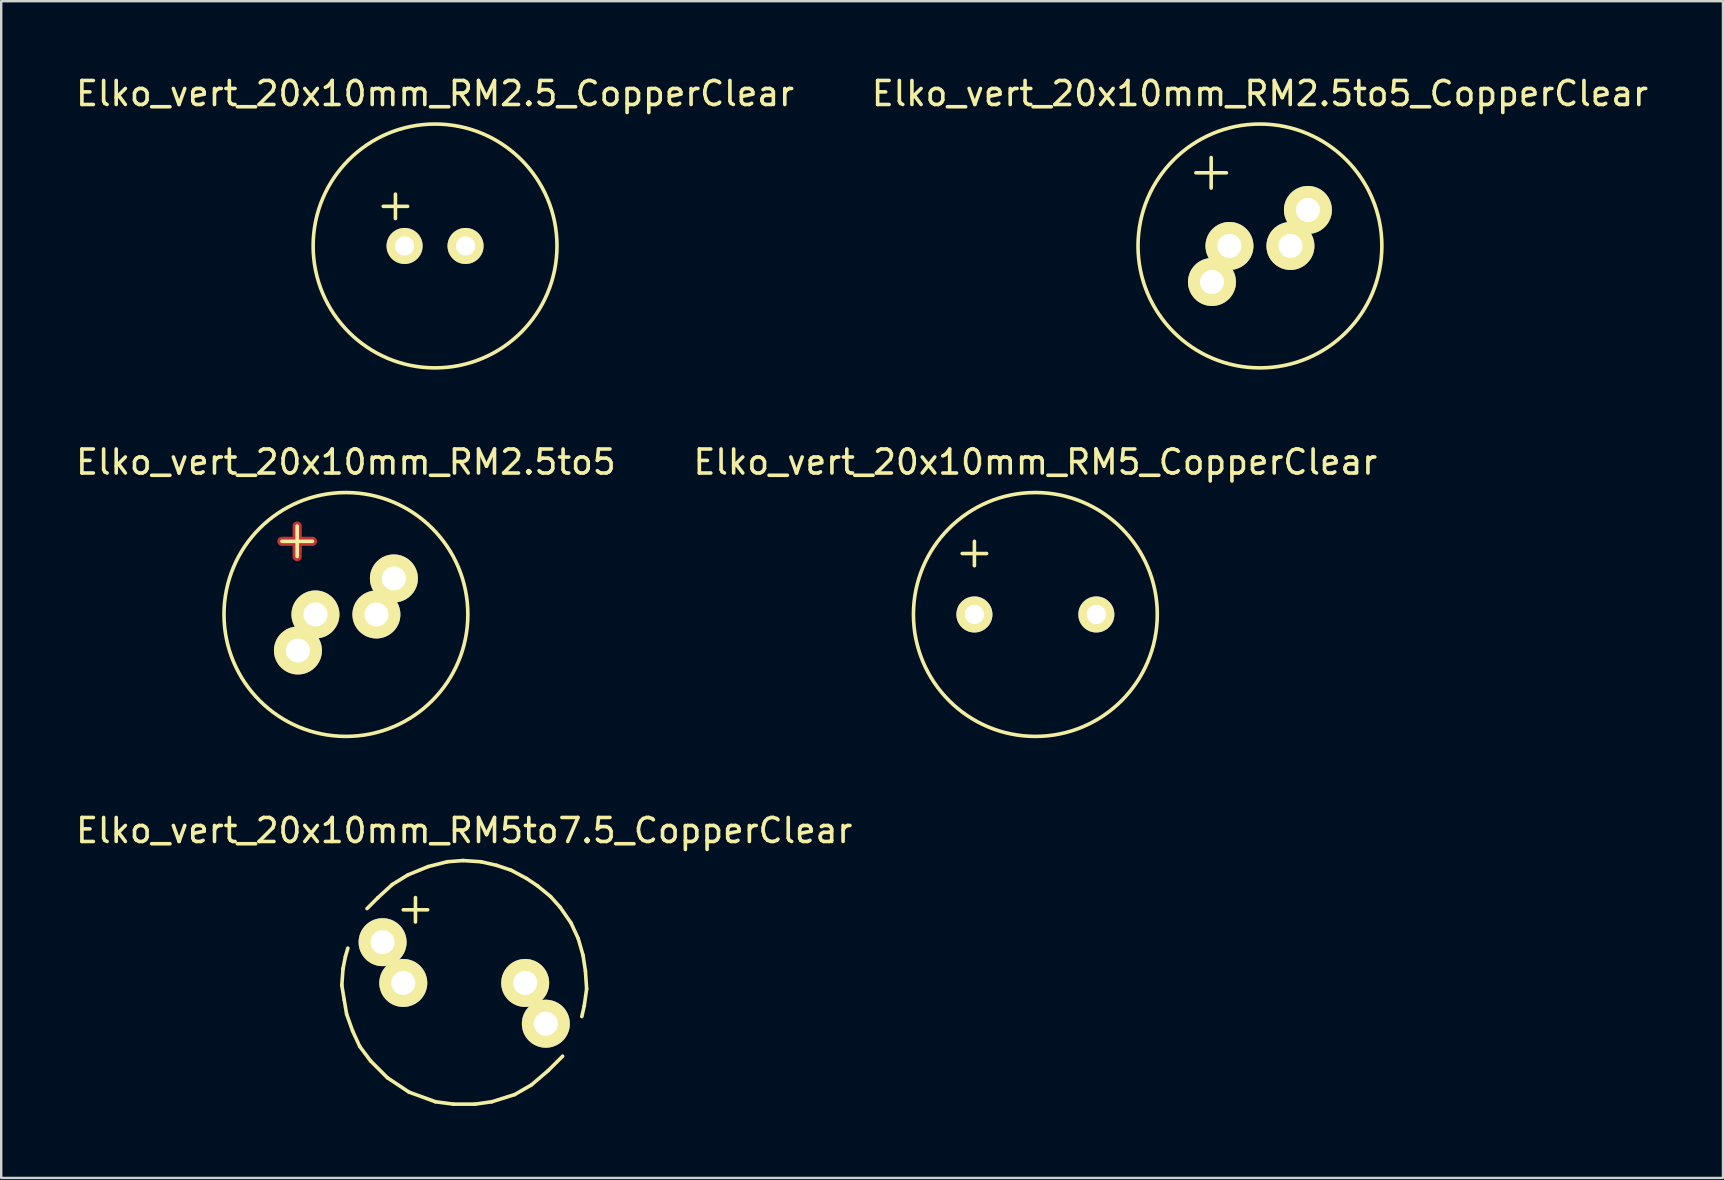
<source format=kicad_pcb>
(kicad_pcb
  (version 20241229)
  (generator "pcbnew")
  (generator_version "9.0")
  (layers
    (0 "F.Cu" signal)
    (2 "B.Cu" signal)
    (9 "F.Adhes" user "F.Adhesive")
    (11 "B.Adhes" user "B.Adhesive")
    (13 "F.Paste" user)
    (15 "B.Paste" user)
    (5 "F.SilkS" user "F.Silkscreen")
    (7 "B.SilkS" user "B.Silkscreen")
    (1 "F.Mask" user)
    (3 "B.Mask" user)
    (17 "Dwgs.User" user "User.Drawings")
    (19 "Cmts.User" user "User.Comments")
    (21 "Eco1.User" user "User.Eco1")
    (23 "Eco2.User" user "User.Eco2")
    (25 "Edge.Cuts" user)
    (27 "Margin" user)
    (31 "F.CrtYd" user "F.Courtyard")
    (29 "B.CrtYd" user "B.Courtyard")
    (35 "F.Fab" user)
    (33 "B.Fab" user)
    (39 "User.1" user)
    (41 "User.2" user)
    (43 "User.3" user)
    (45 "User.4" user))
  (footprint "Elko_vert_20x10mm_RM5_CopperClear"
    (layer "F.Cu")
    (at 37.549 22.552)
    (property "Reference" "Elko_vert_20x10mm_RM5_CopperClear" (at 2.54 -6.35 0) (layer "F.SilkS") (effects (font (size 1 1) (thickness 0.15))))
    (attr through_hole)
    (fp_line (start -0.508 -2.54) (end 0.508 -2.54) (stroke (width 0.15) (type solid)) (layer "F.SilkS"))
    (fp_line (start 0 -3.048) (end 0 -2.032) (stroke (width 0.15) (type solid)) (layer "F.SilkS"))
    (fp_circle (center 2.54 0) (end 7.62 0) (stroke (width 0.15) (type solid)) (fill no) (layer "F.SilkS"))
    (pad "1" thru_hole circle (at 0 0) (size 1.501 1.501) (drill 0.8) (layers "*.Cu" "*.Mask" "F.SilkS"))
    (pad "2" thru_hole circle (at 5.08 0) (size 1.501 1.501) (drill 0.8) (layers "*.Cu" "*.Mask" "F.SilkS")))
  (footprint "Elko_vert_20x10mm_RM2.5to5_CopperClear"
    (layer "F.Cu")
    (at 49.446 7.198)
    (property "Reference" "Elko_vert_20x10mm_RM2.5to5_CopperClear" (at 0 -6.35 0) (layer "F.SilkS") (effects (font (size 1 1) (thickness 0.15))))
    (attr through_hole)
    (fp_line (start -2.667 -3.048) (end -1.397 -3.048) (stroke (width 0.15) (type solid)) (layer "F.SilkS"))
    (fp_line (start -2.032 -3.683) (end -2.032 -2.413) (stroke (width 0.15) (type solid)) (layer "F.SilkS"))
    (fp_circle (center 0 0) (end 5.08 0) (stroke (width 0.15) (type solid)) (fill no) (layer "F.SilkS"))
    (pad "1" thru_hole circle (at -1.999 1.501) (size 1.999 1.999) (drill 1.001) (layers "*.Cu" "*.Mask" "F.SilkS"))
    (pad "1" thru_hole circle (at -1.27 0) (size 1.999 1.999) (drill 1.001) (layers "*.Cu" "*.Mask" "F.SilkS"))
    (pad "2" thru_hole circle (at 1.27 0) (size 1.999 1.999) (drill 1.001) (layers "*.Cu" "*.Mask" "F.SilkS"))
    (pad "2" thru_hole circle (at 1.999 -1.501) (size 1.999 1.999) (drill 1.001) (layers "*.Cu" "*.Mask" "F.SilkS")))
  (footprint "Elko_vert_20x10mm_RM2.5to5"
    (layer "F.Cu")
    (at 11.363 22.552)
    (property "Reference" "Elko_vert_20x10mm_RM2.5to5" (at 0 -6.35 0) (layer "F.SilkS") (effects (font (size 1 1) (thickness 0.15))))
    (attr through_hole)
    (fp_line (start -2.667 -3.048) (end -1.397 -3.048) (stroke (width 0.381) (type solid)) (layer "F.Cu"))
    (fp_line (start -2.032 -3.683) (end -2.032 -2.413) (stroke (width 0.381) (type solid)) (layer "F.Cu"))
    (fp_line (start -2.667 -3.048) (end -1.397 -3.048) (stroke (width 0.15) (type solid)) (layer "F.SilkS"))
    (fp_line (start -2.032 -3.683) (end -2.032 -2.413) (stroke (width 0.15) (type solid)) (layer "F.SilkS"))
    (fp_circle (center 0 0) (end 5.08 0) (stroke (width 0.15) (type solid)) (fill no) (layer "F.SilkS"))
    (pad "1" thru_hole circle (at -1.999 1.501) (size 1.999 1.999) (drill 1.001) (layers "*.Cu" "*.Mask" "F.SilkS"))
    (pad "1" thru_hole circle (at -1.27 0) (size 1.999 1.999) (drill 1.001) (layers "*.Cu" "*.Mask" "F.SilkS"))
    (pad "2" thru_hole circle (at 1.27 0) (size 1.999 1.999) (drill 1.001) (layers "*.Cu" "*.Mask" "F.SilkS"))
    (pad "2" thru_hole circle (at 1.999 -1.501) (size 1.999 1.999) (drill 1.001) (layers "*.Cu" "*.Mask" "F.SilkS")))
  (footprint "Elko_vert_20x10mm_RM5to7.5_CopperClear"
    (layer "F.Cu")
    (at 16.292 37.905)
    (property "Reference" "Elko_vert_20x10mm_RM5to7.5_CopperClear" (at 0 -6.35 0) (layer "F.SilkS") (effects (font (size 1 1) (thickness 0.15))))
    (attr through_hole)
    (fp_line (start -5.1 0.099) (end -5.001 0.701) (stroke (width 0.15) (type solid)) (layer "F.SilkS"))
    (fp_line (start -5.05 -0.599) (end -5.1 0.099) (stroke (width 0.15) (type solid)) (layer "F.SilkS"))
    (fp_line (start -5.001 0.701) (end -4.9 1.3) (stroke (width 0.15) (type solid)) (layer "F.SilkS"))
    (fp_line (start -4.95 -1.1) (end -5.05 -0.599) (stroke (width 0.15) (type solid)) (layer "F.SilkS"))
    (fp_line (start -4.9 1.3) (end -4.651 1.999) (stroke (width 0.15) (type solid)) (layer "F.SilkS"))
    (fp_line (start -4.849 -1.45) (end -4.95 -1.1) (stroke (width 0.15) (type solid)) (layer "F.SilkS"))
    (fp_line (start -4.651 1.999) (end -4.351 2.649) (stroke (width 0.15) (type solid)) (layer "F.SilkS"))
    (fp_line (start -4.351 2.649) (end -3.899 3.251) (stroke (width 0.15) (type solid)) (layer "F.SilkS"))
    (fp_line (start -3.899 3.251) (end -3.2 3.95) (stroke (width 0.15) (type solid)) (layer "F.SilkS"))
    (fp_line (start -3.599 -3.551) (end -4.049 -3.099) (stroke (width 0.15) (type solid)) (layer "F.SilkS"))
    (fp_line (start -3.2 3.95) (end -2.301 4.549) (stroke (width 0.15) (type solid)) (layer "F.SilkS"))
    (fp_line (start -3 -4.1) (end -3.599 -3.551) (stroke (width 0.15) (type solid)) (layer "F.SilkS"))
    (fp_line (start -2.54 -3.048) (end -1.524 -3.048) (stroke (width 0.15) (type solid)) (layer "F.SilkS"))
    (fp_line (start -2.349 -4.501) (end -3 -4.1) (stroke (width 0.15) (type solid)) (layer "F.SilkS"))
    (fp_line (start -2.301 4.549) (end -1.199 4.95) (stroke (width 0.15) (type solid)) (layer "F.SilkS"))
    (fp_line (start -2.032 -3.556) (end -2.032 -2.54) (stroke (width 0.15) (type solid)) (layer "F.SilkS"))
    (fp_line (start -1.501 -4.849) (end -2.349 -4.501) (stroke (width 0.15) (type solid)) (layer "F.SilkS"))
    (fp_line (start -1.199 4.95) (end -0.45 5.05) (stroke (width 0.15) (type solid)) (layer "F.SilkS"))
    (fp_line (start -0.701 -5.05) (end -1.501 -4.849) (stroke (width 0.15) (type solid)) (layer "F.SilkS"))
    (fp_line (start -0.45 5.05) (end 0.45 5.05) (stroke (width 0.15) (type solid)) (layer "F.SilkS"))
    (fp_line (start -0.051 -5.1) (end -0.701 -5.05) (stroke (width 0.15) (type solid)) (layer "F.SilkS"))
    (fp_line (start 0.45 5.05) (end 1.151 4.95) (stroke (width 0.15) (type solid)) (layer "F.SilkS"))
    (fp_line (start 0.701 -5.05) (end -0.051 -5.1) (stroke (width 0.15) (type solid)) (layer "F.SilkS"))
    (fp_line (start 1.151 4.95) (end 2.101 4.651) (stroke (width 0.15) (type solid)) (layer "F.SilkS"))
    (fp_line (start 1.349 -4.9) (end 0.701 -5.05) (stroke (width 0.15) (type solid)) (layer "F.SilkS"))
    (fp_line (start 1.951 -4.699) (end 1.349 -4.9) (stroke (width 0.15) (type solid)) (layer "F.SilkS"))
    (fp_line (start 2.101 4.651) (end 2.799 4.249) (stroke (width 0.15) (type solid)) (layer "F.SilkS"))
    (fp_line (start 2.601 -4.351) (end 1.951 -4.699) (stroke (width 0.15) (type solid)) (layer "F.SilkS"))
    (fp_line (start 2.799 4.249) (end 3.5 3.65) (stroke (width 0.15) (type solid)) (layer "F.SilkS"))
    (fp_line (start 3.051 -4.049) (end 2.601 -4.351) (stroke (width 0.15) (type solid)) (layer "F.SilkS"))
    (fp_line (start 3.5 3.65) (end 4.1 3.051) (stroke (width 0.15) (type solid)) (layer "F.SilkS"))
    (fp_line (start 3.599 -3.599) (end 3.051 -4.049) (stroke (width 0.15) (type solid)) (layer "F.SilkS"))
    (fp_line (start 4 -3.15) (end 3.599 -3.599) (stroke (width 0.15) (type solid)) (layer "F.SilkS"))
    (fp_line (start 4.45 -2.499) (end 4 -3.15) (stroke (width 0.15) (type solid)) (layer "F.SilkS"))
    (fp_line (start 4.75 -1.849) (end 4.45 -2.499) (stroke (width 0.15) (type solid)) (layer "F.SilkS"))
    (fp_line (start 4.9 1.4) (end 5.001 0.95) (stroke (width 0.15) (type solid)) (layer "F.SilkS"))
    (fp_line (start 4.95 -1.151) (end 4.75 -1.849) (stroke (width 0.15) (type solid)) (layer "F.SilkS"))
    (fp_line (start 5.001 0.95) (end 5.1 0.249) (stroke (width 0.15) (type solid)) (layer "F.SilkS"))
    (fp_line (start 5.05 -0.5) (end 4.95 -1.151) (stroke (width 0.15) (type solid)) (layer "F.SilkS"))
    (fp_line (start 5.1 0.249) (end 5.05 -0.5) (stroke (width 0.15) (type solid)) (layer "F.SilkS"))
    (pad "1" thru_hole circle (at -3.401 -1.699) (size 1.999 1.999) (drill 1.001) (layers "*.Cu" "*.Mask" "F.SilkS"))
    (pad "1" thru_hole circle (at -2.54 0) (size 1.999 1.999) (drill 1.001) (layers "*.Cu" "*.Mask" "F.SilkS"))
    (pad "2" thru_hole circle (at 2.54 0) (size 1.999 1.999) (drill 1.001) (layers "*.Cu" "*.Mask" "F.SilkS"))
    (pad "2" thru_hole circle (at 3.401 1.699) (size 1.999 1.999) (drill 1.001) (layers "*.Cu" "*.Mask" "F.SilkS")))
  (footprint "Elko_vert_20x10mm_RM2.5_CopperClear"
    (layer "F.Cu")
    (at 13.807 7.198)
    (property "Reference" "Elko_vert_20x10mm_RM2.5_CopperClear" (at 1.27 -6.35 0) (layer "F.SilkS") (effects (font (size 1 1) (thickness 0.15))))
    (attr through_hole)
    (fp_line (start -0.889 -1.651) (end 0.127 -1.651) (stroke (width 0.15) (type solid)) (layer "F.SilkS"))
    (fp_line (start -0.381 -2.159) (end -0.381 -1.143) (stroke (width 0.15) (type solid)) (layer "F.SilkS"))
    (fp_circle (center 1.27 0) (end 6.35 0) (stroke (width 0.15) (type solid)) (fill no) (layer "F.SilkS"))
    (pad "1" thru_hole circle (at 0 0) (size 1.501 1.501) (drill 0.8) (layers "*.Cu" "*.Mask" "F.SilkS"))
    (pad "2" thru_hole circle (at 2.54 0) (size 1.501 1.501) (drill 0.8) (layers "*.Cu" "*.Mask" "F.SilkS")))
  (gr_rect
    (start -3 -3)
    (end 68.738 46.029)
    (stroke (width 0.1) (type default))
    (fill no)
    (layer "Edge.Cuts")))
</source>
